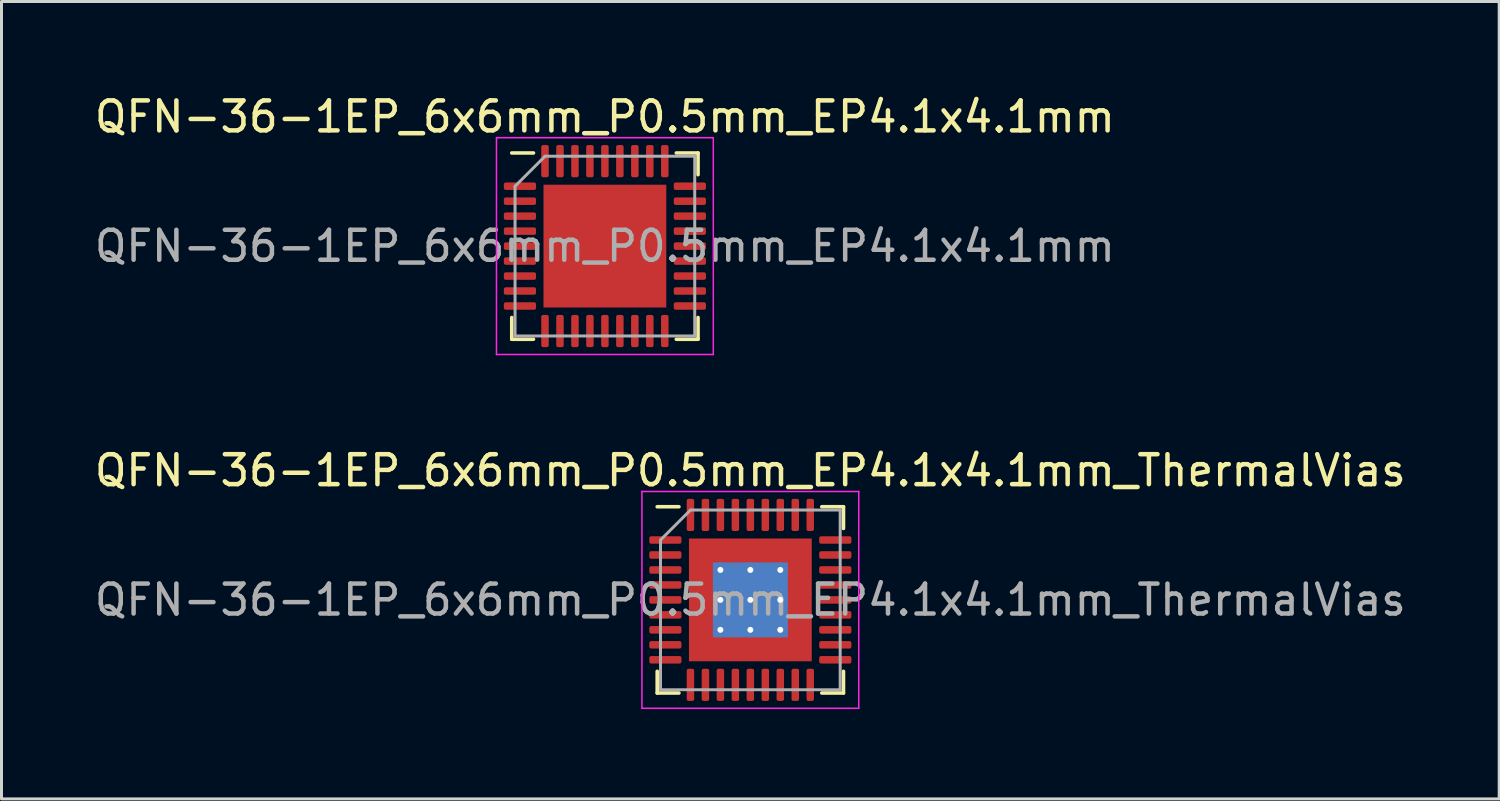
<source format=kicad_pcb>
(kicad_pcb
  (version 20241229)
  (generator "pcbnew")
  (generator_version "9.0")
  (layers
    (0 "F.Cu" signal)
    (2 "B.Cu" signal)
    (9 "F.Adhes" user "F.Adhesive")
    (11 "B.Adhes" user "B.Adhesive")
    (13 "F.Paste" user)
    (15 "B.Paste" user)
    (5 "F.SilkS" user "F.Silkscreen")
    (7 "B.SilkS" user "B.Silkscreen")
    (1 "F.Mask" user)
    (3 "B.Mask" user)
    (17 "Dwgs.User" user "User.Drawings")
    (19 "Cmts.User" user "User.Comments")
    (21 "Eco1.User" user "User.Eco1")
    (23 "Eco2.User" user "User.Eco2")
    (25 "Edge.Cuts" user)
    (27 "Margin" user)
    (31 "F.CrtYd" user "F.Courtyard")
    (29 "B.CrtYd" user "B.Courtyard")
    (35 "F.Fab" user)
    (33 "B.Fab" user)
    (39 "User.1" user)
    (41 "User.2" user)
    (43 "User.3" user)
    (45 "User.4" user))
  (footprint "QFN-36-1EP_6x6mm_P0.5mm_EP4.1x4.1mm_ThermalVias"
    (layer "F.Cu")
    (at 22.006 16.982)
    (property "Reference" "QFN-36-1EP_6x6mm_P0.5mm_EP4.1x4.1mm_ThermalVias" (at 0 -4.32 0) (layer "F.SilkS") (effects (font (size 1 1) (thickness 0.15))))
    (attr smd)
    (fp_line (start -3.11 3.11) (end -3.11 2.385) (stroke (width 0.12) (type solid)) (layer "F.SilkS"))
    (fp_line (start -2.385 -3.11) (end -3.11 -3.11) (stroke (width 0.12) (type solid)) (layer "F.SilkS"))
    (fp_line (start -2.385 3.11) (end -3.11 3.11) (stroke (width 0.12) (type solid)) (layer "F.SilkS"))
    (fp_line (start 2.385 -3.11) (end 3.11 -3.11) (stroke (width 0.12) (type solid)) (layer "F.SilkS"))
    (fp_line (start 2.385 3.11) (end 3.11 3.11) (stroke (width 0.12) (type solid)) (layer "F.SilkS"))
    (fp_line (start 3.11 -3.11) (end 3.11 -2.385) (stroke (width 0.12) (type solid)) (layer "F.SilkS"))
    (fp_line (start 3.11 3.11) (end 3.11 2.385) (stroke (width 0.12) (type solid)) (layer "F.SilkS"))
    (fp_line (start -3.62 -3.62) (end -3.62 3.62) (stroke (width 0.05) (type solid)) (layer "F.CrtYd"))
    (fp_line (start -3.62 3.62) (end 3.62 3.62) (stroke (width 0.05) (type solid)) (layer "F.CrtYd"))
    (fp_line (start 3.62 -3.62) (end -3.62 -3.62) (stroke (width 0.05) (type solid)) (layer "F.CrtYd"))
    (fp_line (start 3.62 3.62) (end 3.62 -3.62) (stroke (width 0.05) (type solid)) (layer "F.CrtYd"))
    (fp_line (start -3 -2) (end -2 -3) (stroke (width 0.1) (type solid)) (layer "F.Fab"))
    (fp_line (start -3 3) (end -3 -2) (stroke (width 0.1) (type solid)) (layer "F.Fab"))
    (fp_line (start -2 -3) (end 3 -3) (stroke (width 0.1) (type solid)) (layer "F.Fab"))
    (fp_line (start 3 -3) (end 3 3) (stroke (width 0.1) (type solid)) (layer "F.Fab"))
    (fp_line (start 3 3) (end -3 3) (stroke (width 0.1) (type solid)) (layer "F.Fab"))
    (fp_text user "${REFERENCE}" (at 0 0 0) (layer "F.Fab") (effects (font (size 1 1) (thickness 0.15))))
    (pad "" smd roundrect (at -1.525 -1.525) (size 0.847 0.847) (layers "F.Paste") (roundrect_rratio 0.25))
    (pad "" smd roundrect (at -1.525 -0.5) (size 0.847 0.806) (layers "F.Paste") (roundrect_rratio 0.25))
    (pad "" smd roundrect (at -1.525 0.5) (size 0.847 0.806) (layers "F.Paste") (roundrect_rratio 0.25))
    (pad "" smd roundrect (at -1.525 1.525) (size 0.847 0.847) (layers "F.Paste") (roundrect_rratio 0.25))
    (pad "" smd roundrect (at -0.5 -1.525) (size 0.806 0.847) (layers "F.Paste") (roundrect_rratio 0.25))
    (pad "" smd roundrect (at -0.5 -0.5) (size 0.806 0.806) (layers "F.Paste") (roundrect_rratio 0.25))
    (pad "" smd roundrect (at -0.5 0.5) (size 0.806 0.806) (layers "F.Paste") (roundrect_rratio 0.25))
    (pad "" smd roundrect (at -0.5 1.525) (size 0.806 0.847) (layers "F.Paste") (roundrect_rratio 0.25))
    (pad "" smd roundrect (at 0.5 -1.525) (size 0.806 0.847) (layers "F.Paste") (roundrect_rratio 0.25))
    (pad "" smd roundrect (at 0.5 -0.5) (size 0.806 0.806) (layers "F.Paste") (roundrect_rratio 0.25))
    (pad "" smd roundrect (at 0.5 0.5) (size 0.806 0.806) (layers "F.Paste") (roundrect_rratio 0.25))
    (pad "" smd roundrect (at 0.5 1.525) (size 0.806 0.847) (layers "F.Paste") (roundrect_rratio 0.25))
    (pad "" smd roundrect (at 1.525 -1.525) (size 0.847 0.847) (layers "F.Paste") (roundrect_rratio 0.25))
    (pad "" smd roundrect (at 1.525 -0.5) (size 0.847 0.806) (layers "F.Paste") (roundrect_rratio 0.25))
    (pad "" smd roundrect (at 1.525 0.5) (size 0.847 0.806) (layers "F.Paste") (roundrect_rratio 0.25))
    (pad "" smd roundrect (at 1.525 1.525) (size 0.847 0.847) (layers "F.Paste") (roundrect_rratio 0.25))
    (pad "1" smd roundrect (at -2.837 -2) (size 1.075 0.25) (layers "F.Cu" "F.Mask" "F.Paste") (roundrect_rratio 0.25))
    (pad "2" smd roundrect (at -2.837 -1.5) (size 1.075 0.25) (layers "F.Cu" "F.Mask" "F.Paste") (roundrect_rratio 0.25))
    (pad "3" smd roundrect (at -2.837 -1) (size 1.075 0.25) (layers "F.Cu" "F.Mask" "F.Paste") (roundrect_rratio 0.25))
    (pad "4" smd roundrect (at -2.837 -0.5) (size 1.075 0.25) (layers "F.Cu" "F.Mask" "F.Paste") (roundrect_rratio 0.25))
    (pad "5" smd roundrect (at -2.837 0) (size 1.075 0.25) (layers "F.Cu" "F.Mask" "F.Paste") (roundrect_rratio 0.25))
    (pad "6" smd roundrect (at -2.837 0.5) (size 1.075 0.25) (layers "F.Cu" "F.Mask" "F.Paste") (roundrect_rratio 0.25))
    (pad "7" smd roundrect (at -2.837 1) (size 1.075 0.25) (layers "F.Cu" "F.Mask" "F.Paste") (roundrect_rratio 0.25))
    (pad "8" smd roundrect (at -2.837 1.5) (size 1.075 0.25) (layers "F.Cu" "F.Mask" "F.Paste") (roundrect_rratio 0.25))
    (pad "9" smd roundrect (at -2.837 2) (size 1.075 0.25) (layers "F.Cu" "F.Mask" "F.Paste") (roundrect_rratio 0.25))
    (pad "10" smd roundrect (at -2 2.837) (size 0.25 1.075) (layers "F.Cu" "F.Mask" "F.Paste") (roundrect_rratio 0.25))
    (pad "11" smd roundrect (at -1.5 2.837) (size 0.25 1.075) (layers "F.Cu" "F.Mask" "F.Paste") (roundrect_rratio 0.25))
    (pad "12" smd roundrect (at -1 2.837) (size 0.25 1.075) (layers "F.Cu" "F.Mask" "F.Paste") (roundrect_rratio 0.25))
    (pad "13" smd roundrect (at -0.5 2.837) (size 0.25 1.075) (layers "F.Cu" "F.Mask" "F.Paste") (roundrect_rratio 0.25))
    (pad "14" smd roundrect (at 0 2.837) (size 0.25 1.075) (layers "F.Cu" "F.Mask" "F.Paste") (roundrect_rratio 0.25))
    (pad "15" smd roundrect (at 0.5 2.837) (size 0.25 1.075) (layers "F.Cu" "F.Mask" "F.Paste") (roundrect_rratio 0.25))
    (pad "16" smd roundrect (at 1 2.837) (size 0.25 1.075) (layers "F.Cu" "F.Mask" "F.Paste") (roundrect_rratio 0.25))
    (pad "17" smd roundrect (at 1.5 2.837) (size 0.25 1.075) (layers "F.Cu" "F.Mask" "F.Paste") (roundrect_rratio 0.25))
    (pad "18" smd roundrect (at 2 2.837) (size 0.25 1.075) (layers "F.Cu" "F.Mask" "F.Paste") (roundrect_rratio 0.25))
    (pad "19" smd roundrect (at 2.837 2) (size 1.075 0.25) (layers "F.Cu" "F.Mask" "F.Paste") (roundrect_rratio 0.25))
    (pad "20" smd roundrect (at 2.837 1.5) (size 1.075 0.25) (layers "F.Cu" "F.Mask" "F.Paste") (roundrect_rratio 0.25))
    (pad "21" smd roundrect (at 2.837 1) (size 1.075 0.25) (layers "F.Cu" "F.Mask" "F.Paste") (roundrect_rratio 0.25))
    (pad "22" smd roundrect (at 2.837 0.5) (size 1.075 0.25) (layers "F.Cu" "F.Mask" "F.Paste") (roundrect_rratio 0.25))
    (pad "23" smd roundrect (at 2.837 0) (size 1.075 0.25) (layers "F.Cu" "F.Mask" "F.Paste") (roundrect_rratio 0.25))
    (pad "24" smd roundrect (at 2.837 -0.5) (size 1.075 0.25) (layers "F.Cu" "F.Mask" "F.Paste") (roundrect_rratio 0.25))
    (pad "25" smd roundrect (at 2.837 -1) (size 1.075 0.25) (layers "F.Cu" "F.Mask" "F.Paste") (roundrect_rratio 0.25))
    (pad "26" smd roundrect (at 2.837 -1.5) (size 1.075 0.25) (layers "F.Cu" "F.Mask" "F.Paste") (roundrect_rratio 0.25))
    (pad "27" smd roundrect (at 2.837 -2) (size 1.075 0.25) (layers "F.Cu" "F.Mask" "F.Paste") (roundrect_rratio 0.25))
    (pad "28" smd roundrect (at 2 -2.837) (size 0.25 1.075) (layers "F.Cu" "F.Mask" "F.Paste") (roundrect_rratio 0.25))
    (pad "29" smd roundrect (at 1.5 -2.837) (size 0.25 1.075) (layers "F.Cu" "F.Mask" "F.Paste") (roundrect_rratio 0.25))
    (pad "30" smd roundrect (at 1 -2.837) (size 0.25 1.075) (layers "F.Cu" "F.Mask" "F.Paste") (roundrect_rratio 0.25))
    (pad "31" smd roundrect (at 0.5 -2.837) (size 0.25 1.075) (layers "F.Cu" "F.Mask" "F.Paste") (roundrect_rratio 0.25))
    (pad "32" smd roundrect (at 0 -2.837) (size 0.25 1.075) (layers "F.Cu" "F.Mask" "F.Paste") (roundrect_rratio 0.25))
    (pad "33" smd roundrect (at -0.5 -2.837) (size 0.25 1.075) (layers "F.Cu" "F.Mask" "F.Paste") (roundrect_rratio 0.25))
    (pad "34" smd roundrect (at -1 -2.837) (size 0.25 1.075) (layers "F.Cu" "F.Mask" "F.Paste") (roundrect_rratio 0.25))
    (pad "35" smd roundrect (at -1.5 -2.837) (size 0.25 1.075) (layers "F.Cu" "F.Mask" "F.Paste") (roundrect_rratio 0.25))
    (pad "36" smd roundrect (at -2 -2.837) (size 0.25 1.075) (layers "F.Cu" "F.Mask" "F.Paste") (roundrect_rratio 0.25))
    (pad "37" thru_hole circle (at -1 -1) (size 0.5 0.5) (drill 0.2) (layers "*.Cu"))
    (pad "37" thru_hole circle (at -1 0) (size 0.5 0.5) (drill 0.2) (layers "*.Cu"))
    (pad "37" thru_hole circle (at -1 1) (size 0.5 0.5) (drill 0.2) (layers "*.Cu"))
    (pad "37" thru_hole circle (at 0 -1) (size 0.5 0.5) (drill 0.2) (layers "*.Cu"))
    (pad "37" thru_hole circle (at 0 0) (size 0.5 0.5) (drill 0.2) (layers "*.Cu"))
    (pad "37" smd rect (at 0 0) (size 2.5 2.5) (layers "B.Cu"))
    (pad "37" smd rect (at 0 0) (size 4.1 4.1) (layers "F.Cu" "F.Mask"))
    (pad "37" thru_hole circle (at 0 1) (size 0.5 0.5) (drill 0.2) (layers "*.Cu"))
    (pad "37" thru_hole circle (at 1 -1) (size 0.5 0.5) (drill 0.2) (layers "*.Cu"))
    (pad "37" thru_hole circle (at 1 0) (size 0.5 0.5) (drill 0.2) (layers "*.Cu"))
    (pad "37" thru_hole circle (at 1 1) (size 0.5 0.5) (drill 0.2) (layers "*.Cu")))
  (footprint "QFN-36-1EP_6x6mm_P0.5mm_EP4.1x4.1mm"
    (layer "F.Cu")
    (at 17.149 5.168)
    (property "Reference" "QFN-36-1EP_6x6mm_P0.5mm_EP4.1x4.1mm" (at 0 -4.32 0) (layer "F.SilkS") (effects (font (size 1 1) (thickness 0.15))))
    (attr smd)
    (fp_line (start -3.11 3.11) (end -3.11 2.385) (stroke (width 0.12) (type solid)) (layer "F.SilkS"))
    (fp_line (start -2.385 -3.11) (end -3.11 -3.11) (stroke (width 0.12) (type solid)) (layer "F.SilkS"))
    (fp_line (start -2.385 3.11) (end -3.11 3.11) (stroke (width 0.12) (type solid)) (layer "F.SilkS"))
    (fp_line (start 2.385 -3.11) (end 3.11 -3.11) (stroke (width 0.12) (type solid)) (layer "F.SilkS"))
    (fp_line (start 2.385 3.11) (end 3.11 3.11) (stroke (width 0.12) (type solid)) (layer "F.SilkS"))
    (fp_line (start 3.11 -3.11) (end 3.11 -2.385) (stroke (width 0.12) (type solid)) (layer "F.SilkS"))
    (fp_line (start 3.11 3.11) (end 3.11 2.385) (stroke (width 0.12) (type solid)) (layer "F.SilkS"))
    (fp_line (start -3.62 -3.62) (end -3.62 3.62) (stroke (width 0.05) (type solid)) (layer "F.CrtYd"))
    (fp_line (start -3.62 3.62) (end 3.62 3.62) (stroke (width 0.05) (type solid)) (layer "F.CrtYd"))
    (fp_line (start 3.62 -3.62) (end -3.62 -3.62) (stroke (width 0.05) (type solid)) (layer "F.CrtYd"))
    (fp_line (start 3.62 3.62) (end 3.62 -3.62) (stroke (width 0.05) (type solid)) (layer "F.CrtYd"))
    (fp_line (start -3 -2) (end -2 -3) (stroke (width 0.1) (type solid)) (layer "F.Fab"))
    (fp_line (start -3 3) (end -3 -2) (stroke (width 0.1) (type solid)) (layer "F.Fab"))
    (fp_line (start -2 -3) (end 3 -3) (stroke (width 0.1) (type solid)) (layer "F.Fab"))
    (fp_line (start 3 -3) (end 3 3) (stroke (width 0.1) (type solid)) (layer "F.Fab"))
    (fp_line (start 3 3) (end -3 3) (stroke (width 0.1) (type solid)) (layer "F.Fab"))
    (fp_text user "${REFERENCE}" (at 0 0 0) (layer "F.Fab") (effects (font (size 1 1) (thickness 0.15))))
    (pad "" smd roundrect (at -1.37 -1.37) (size 1.1 1.1) (layers "F.Paste") (roundrect_rratio 0.227))
    (pad "" smd roundrect (at -1.37 0) (size 1.1 1.1) (layers "F.Paste") (roundrect_rratio 0.227))
    (pad "" smd roundrect (at -1.37 1.37) (size 1.1 1.1) (layers "F.Paste") (roundrect_rratio 0.227))
    (pad "" smd roundrect (at 0 -1.37) (size 1.1 1.1) (layers "F.Paste") (roundrect_rratio 0.227))
    (pad "" smd roundrect (at 0 0) (size 1.1 1.1) (layers "F.Paste") (roundrect_rratio 0.227))
    (pad "" smd roundrect (at 0 1.37) (size 1.1 1.1) (layers "F.Paste") (roundrect_rratio 0.227))
    (pad "" smd roundrect (at 1.37 -1.37) (size 1.1 1.1) (layers "F.Paste") (roundrect_rratio 0.227))
    (pad "" smd roundrect (at 1.37 0) (size 1.1 1.1) (layers "F.Paste") (roundrect_rratio 0.227))
    (pad "" smd roundrect (at 1.37 1.37) (size 1.1 1.1) (layers "F.Paste") (roundrect_rratio 0.227))
    (pad "1" smd roundrect (at -2.837 -2) (size 1.075 0.25) (layers "F.Cu" "F.Mask" "F.Paste") (roundrect_rratio 0.25))
    (pad "2" smd roundrect (at -2.837 -1.5) (size 1.075 0.25) (layers "F.Cu" "F.Mask" "F.Paste") (roundrect_rratio 0.25))
    (pad "3" smd roundrect (at -2.837 -1) (size 1.075 0.25) (layers "F.Cu" "F.Mask" "F.Paste") (roundrect_rratio 0.25))
    (pad "4" smd roundrect (at -2.837 -0.5) (size 1.075 0.25) (layers "F.Cu" "F.Mask" "F.Paste") (roundrect_rratio 0.25))
    (pad "5" smd roundrect (at -2.837 0) (size 1.075 0.25) (layers "F.Cu" "F.Mask" "F.Paste") (roundrect_rratio 0.25))
    (pad "6" smd roundrect (at -2.837 0.5) (size 1.075 0.25) (layers "F.Cu" "F.Mask" "F.Paste") (roundrect_rratio 0.25))
    (pad "7" smd roundrect (at -2.837 1) (size 1.075 0.25) (layers "F.Cu" "F.Mask" "F.Paste") (roundrect_rratio 0.25))
    (pad "8" smd roundrect (at -2.837 1.5) (size 1.075 0.25) (layers "F.Cu" "F.Mask" "F.Paste") (roundrect_rratio 0.25))
    (pad "9" smd roundrect (at -2.837 2) (size 1.075 0.25) (layers "F.Cu" "F.Mask" "F.Paste") (roundrect_rratio 0.25))
    (pad "10" smd roundrect (at -2 2.837) (size 0.25 1.075) (layers "F.Cu" "F.Mask" "F.Paste") (roundrect_rratio 0.25))
    (pad "11" smd roundrect (at -1.5 2.837) (size 0.25 1.075) (layers "F.Cu" "F.Mask" "F.Paste") (roundrect_rratio 0.25))
    (pad "12" smd roundrect (at -1 2.837) (size 0.25 1.075) (layers "F.Cu" "F.Mask" "F.Paste") (roundrect_rratio 0.25))
    (pad "13" smd roundrect (at -0.5 2.837) (size 0.25 1.075) (layers "F.Cu" "F.Mask" "F.Paste") (roundrect_rratio 0.25))
    (pad "14" smd roundrect (at 0 2.837) (size 0.25 1.075) (layers "F.Cu" "F.Mask" "F.Paste") (roundrect_rratio 0.25))
    (pad "15" smd roundrect (at 0.5 2.837) (size 0.25 1.075) (layers "F.Cu" "F.Mask" "F.Paste") (roundrect_rratio 0.25))
    (pad "16" smd roundrect (at 1 2.837) (size 0.25 1.075) (layers "F.Cu" "F.Mask" "F.Paste") (roundrect_rratio 0.25))
    (pad "17" smd roundrect (at 1.5 2.837) (size 0.25 1.075) (layers "F.Cu" "F.Mask" "F.Paste") (roundrect_rratio 0.25))
    (pad "18" smd roundrect (at 2 2.837) (size 0.25 1.075) (layers "F.Cu" "F.Mask" "F.Paste") (roundrect_rratio 0.25))
    (pad "19" smd roundrect (at 2.837 2) (size 1.075 0.25) (layers "F.Cu" "F.Mask" "F.Paste") (roundrect_rratio 0.25))
    (pad "20" smd roundrect (at 2.837 1.5) (size 1.075 0.25) (layers "F.Cu" "F.Mask" "F.Paste") (roundrect_rratio 0.25))
    (pad "21" smd roundrect (at 2.837 1) (size 1.075 0.25) (layers "F.Cu" "F.Mask" "F.Paste") (roundrect_rratio 0.25))
    (pad "22" smd roundrect (at 2.837 0.5) (size 1.075 0.25) (layers "F.Cu" "F.Mask" "F.Paste") (roundrect_rratio 0.25))
    (pad "23" smd roundrect (at 2.837 0) (size 1.075 0.25) (layers "F.Cu" "F.Mask" "F.Paste") (roundrect_rratio 0.25))
    (pad "24" smd roundrect (at 2.837 -0.5) (size 1.075 0.25) (layers "F.Cu" "F.Mask" "F.Paste") (roundrect_rratio 0.25))
    (pad "25" smd roundrect (at 2.837 -1) (size 1.075 0.25) (layers "F.Cu" "F.Mask" "F.Paste") (roundrect_rratio 0.25))
    (pad "26" smd roundrect (at 2.837 -1.5) (size 1.075 0.25) (layers "F.Cu" "F.Mask" "F.Paste") (roundrect_rratio 0.25))
    (pad "27" smd roundrect (at 2.837 -2) (size 1.075 0.25) (layers "F.Cu" "F.Mask" "F.Paste") (roundrect_rratio 0.25))
    (pad "28" smd roundrect (at 2 -2.837) (size 0.25 1.075) (layers "F.Cu" "F.Mask" "F.Paste") (roundrect_rratio 0.25))
    (pad "29" smd roundrect (at 1.5 -2.837) (size 0.25 1.075) (layers "F.Cu" "F.Mask" "F.Paste") (roundrect_rratio 0.25))
    (pad "30" smd roundrect (at 1 -2.837) (size 0.25 1.075) (layers "F.Cu" "F.Mask" "F.Paste") (roundrect_rratio 0.25))
    (pad "31" smd roundrect (at 0.5 -2.837) (size 0.25 1.075) (layers "F.Cu" "F.Mask" "F.Paste") (roundrect_rratio 0.25))
    (pad "32" smd roundrect (at 0 -2.837) (size 0.25 1.075) (layers "F.Cu" "F.Mask" "F.Paste") (roundrect_rratio 0.25))
    (pad "33" smd roundrect (at -0.5 -2.837) (size 0.25 1.075) (layers "F.Cu" "F.Mask" "F.Paste") (roundrect_rratio 0.25))
    (pad "34" smd roundrect (at -1 -2.837) (size 0.25 1.075) (layers "F.Cu" "F.Mask" "F.Paste") (roundrect_rratio 0.25))
    (pad "35" smd roundrect (at -1.5 -2.837) (size 0.25 1.075) (layers "F.Cu" "F.Mask" "F.Paste") (roundrect_rratio 0.25))
    (pad "36" smd roundrect (at -2 -2.837) (size 0.25 1.075) (layers "F.Cu" "F.Mask" "F.Paste") (roundrect_rratio 0.25))
    (pad "37" smd rect (at 0 0) (size 4.1 4.1) (layers "F.Cu" "F.Mask")))
  (gr_rect
    (start -3 -3)
    (end 47.012 23.627)
    (stroke (width 0.1) (type default))
    (fill no)
    (layer "Edge.Cuts")))
</source>
